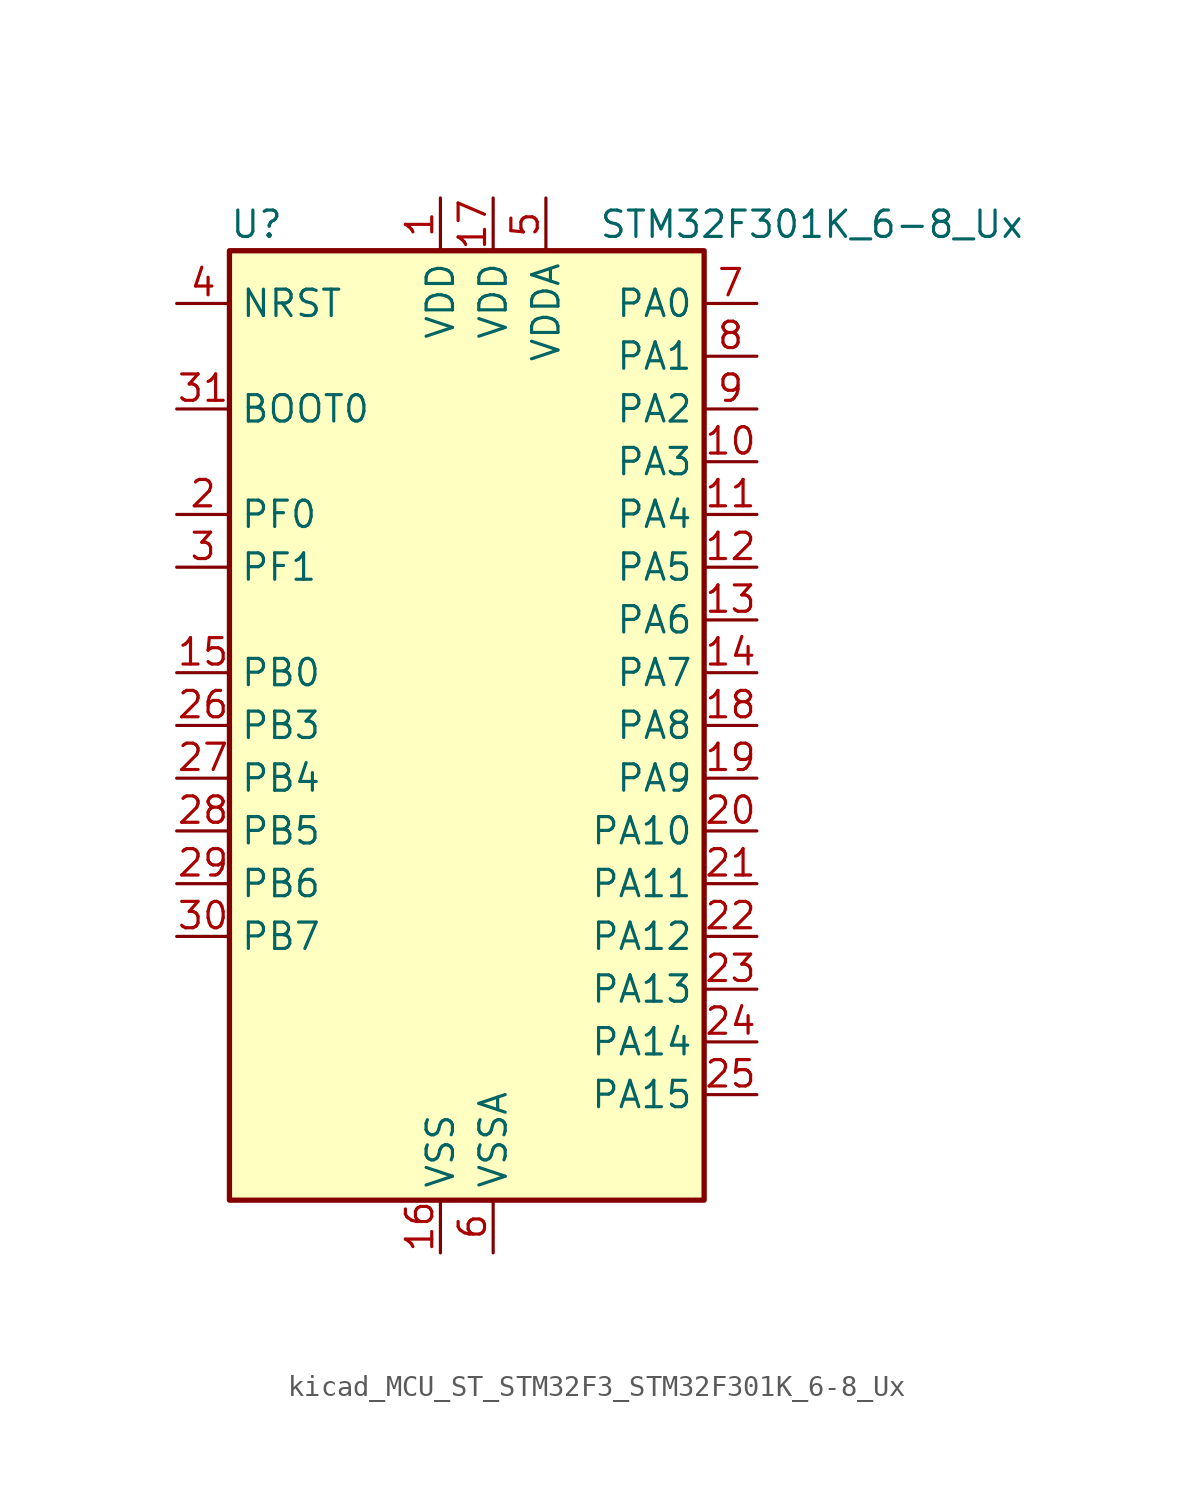
<source format=kicad_sym>
(kicad_symbol_lib
  (version 20220914)
  (generator kicad_symbol_editor)
  (symbol "kicad_MCU_ST_STM32F3_STM32F301K_6-8_Ux"
    (property "Reference" "U"
      (at -10.16 24.13 0)
      (effects (font (size 1.27 1.27)) (justify left)))
    (property "Value" "STM32F301K_6-8_Ux"
      (at 7.62 24.13 0)
      (effects (font (size 1.27 1.27)) (justify left)))
    (property "ki_locked" ""
      (at 0 0 0)
      (effects (font (size 1.27 1.27))))
    (symbol "kicad_MCU_ST_STM32F3_STM32F301K_6-8_Ux_0_1"
      (rectangle (start -10.16 -22.86) (end 12.7 22.86) (stroke (width 0.254) (type default)) (fill (type background))))
    (symbol "kicad_MCU_ST_STM32F3_STM32F301K_6-8_Ux_1_1"
      (pin power_in line (at 0 25.4 270) (length 2.54) (name "VDD" (effects (font (size 1.27 1.27)))) (number "1" (effects (font (size 1.27 1.27)))))
      (pin bidirectional line (at 15.24 12.7 180) (length 2.54) (name "PA3" (effects (font (size 1.27 1.27)))) (number "10" (effects (font (size 1.27 1.27)))) (alternate "ADC1_IN4" bidirectional line) (alternate "TIM15_CH2" bidirectional line) (alternate "TIM2_CH4" bidirectional line) (alternate "TSC_G1_IO4" bidirectional line) (alternate "USART2_RX" bidirectional line))
      (pin bidirectional line (at 15.24 10.16 180) (length 2.54) (name "PA4" (effects (font (size 1.27 1.27)))) (number "11" (effects (font (size 1.27 1.27)))) (alternate "ADC1_IN5" bidirectional line) (alternate "COMP2_INM" bidirectional line) (alternate "COMP4_INM" bidirectional line) (alternate "DAC_OUT1" bidirectional line) (alternate "I2S3_WS" bidirectional line) (alternate "SPI3_NSS" bidirectional line) (alternate "TSC_G2_IO1" bidirectional line) (alternate "USART2_CK" bidirectional line))
      (pin bidirectional line (at 15.24 7.62 180) (length 2.54) (name "PA5" (effects (font (size 1.27 1.27)))) (number "12" (effects (font (size 1.27 1.27)))) (alternate "OPAMP2_VINM" bidirectional line) (alternate "OPAMP2_VINM_SEC" bidirectional line) (alternate "TIM2_CH1" bidirectional line) (alternate "TIM2_ETR" bidirectional line) (alternate "TSC_G2_IO2" bidirectional line))
      (pin bidirectional line (at 15.24 5.08 180) (length 2.54) (name "PA6" (effects (font (size 1.27 1.27)))) (number "13" (effects (font (size 1.27 1.27)))) (alternate "ADC1_IN10" bidirectional line) (alternate "OPAMP2_VOUT" bidirectional line) (alternate "TIM16_CH1" bidirectional line) (alternate "TIM1_BKIN" bidirectional line) (alternate "TSC_G2_IO3" bidirectional line))
      (pin bidirectional line (at 15.24 2.54 180) (length 2.54) (name "PA7" (effects (font (size 1.27 1.27)))) (number "14" (effects (font (size 1.27 1.27)))) (alternate "ADC1_IN15" bidirectional line) (alternate "COMP2_INP" bidirectional line) (alternate "OPAMP2_VINP" bidirectional line) (alternate "OPAMP2_VINP_SEC" bidirectional line) (alternate "TIM17_CH1" bidirectional line) (alternate "TIM1_CH1N" bidirectional line) (alternate "TSC_G2_IO4" bidirectional line))
      (pin bidirectional line (at -12.7 2.54 0) (length 2.54) (name "PB0" (effects (font (size 1.27 1.27)))) (number "15" (effects (font (size 1.27 1.27)))) (alternate "ADC1_IN11" bidirectional line) (alternate "COMP4_INP" bidirectional line) (alternate "OPAMP2_VINP" bidirectional line) (alternate "OPAMP2_VINP_SEC" bidirectional line) (alternate "TIM1_CH2N" bidirectional line) (alternate "TSC_G3_IO2" bidirectional line))
      (pin power_in line (at 0 -25.4 90) (length 2.54) (name "VSS" (effects (font (size 1.27 1.27)))) (number "16" (effects (font (size 1.27 1.27)))))
      (pin power_in line (at 2.54 25.4 270) (length 2.54) (name "VDD" (effects (font (size 1.27 1.27)))) (number "17" (effects (font (size 1.27 1.27)))))
      (pin bidirectional line (at 15.24 0 180) (length 2.54) (name "PA8" (effects (font (size 1.27 1.27)))) (number "18" (effects (font (size 1.27 1.27)))) (alternate "I2C2_SMBA" bidirectional line) (alternate "I2C3_SCL" bidirectional line) (alternate "I2S2_MCK" bidirectional line) (alternate "RCC_MCO" bidirectional line) (alternate "TIM1_CH1" bidirectional line) (alternate "USART1_CK" bidirectional line))
      (pin bidirectional line (at 15.24 -2.54 180) (length 2.54) (name "PA9" (effects (font (size 1.27 1.27)))) (number "19" (effects (font (size 1.27 1.27)))) (alternate "DAC_EXTI9" bidirectional line) (alternate "I2C2_SCL" bidirectional line) (alternate "I2C3_SMBA" bidirectional line) (alternate "I2S3_MCK" bidirectional line) (alternate "TIM15_BKIN" bidirectional line) (alternate "TIM1_CH2" bidirectional line) (alternate "TIM2_CH3" bidirectional line) (alternate "TSC_G4_IO1" bidirectional line) (alternate "USART1_TX" bidirectional line))
      (pin bidirectional line (at -12.7 10.16 0) (length 2.54) (name "PF0" (effects (font (size 1.27 1.27)))) (number "2" (effects (font (size 1.27 1.27)))) (alternate "I2C2_SDA" bidirectional line) (alternate "I2S2_WS" bidirectional line) (alternate "RCC_OSC_IN" bidirectional line) (alternate "SPI2_NSS" bidirectional line) (alternate "TIM1_CH3N" bidirectional line))
      (pin bidirectional line (at 15.24 -5.08 180) (length 2.54) (name "PA10" (effects (font (size 1.27 1.27)))) (number "20" (effects (font (size 1.27 1.27)))) (alternate "I2C2_SDA" bidirectional line) (alternate "I2S2_ext_SD" bidirectional line) (alternate "SPI2_MISO" bidirectional line) (alternate "TIM17_BKIN" bidirectional line) (alternate "TIM1_CH3" bidirectional line) (alternate "TIM2_CH4" bidirectional line) (alternate "TSC_G4_IO2" bidirectional line) (alternate "USART1_RX" bidirectional line))
      (pin bidirectional line (at 15.24 -7.62 180) (length 2.54) (name "PA11" (effects (font (size 1.27 1.27)))) (number "21" (effects (font (size 1.27 1.27)))) (alternate "ADC1_EXTI11" bidirectional line) (alternate "I2S2_SD" bidirectional line) (alternate "SPI2_MOSI" bidirectional line) (alternate "TIM1_BKIN2" bidirectional line) (alternate "TIM1_CH1N" bidirectional line) (alternate "TIM1_CH4" bidirectional line) (alternate "USART1_CTS" bidirectional line))
      (pin bidirectional line (at 15.24 -10.16 180) (length 2.54) (name "PA12" (effects (font (size 1.27 1.27)))) (number "22" (effects (font (size 1.27 1.27)))) (alternate "COMP2_OUT" bidirectional line) (alternate "I2S_CKIN" bidirectional line) (alternate "TIM16_CH1" bidirectional line) (alternate "TIM1_CH2N" bidirectional line) (alternate "TIM1_ETR" bidirectional line) (alternate "USART1_DE" bidirectional line) (alternate "USART1_RTS" bidirectional line))
      (pin bidirectional line (at 15.24 -12.7 180) (length 2.54) (name "PA13" (effects (font (size 1.27 1.27)))) (number "23" (effects (font (size 1.27 1.27)))) (alternate "IR_OUT" bidirectional line) (alternate "SYS_JTMS-SWDIO" bidirectional line) (alternate "TIM16_CH1N" bidirectional line) (alternate "TSC_G4_IO3" bidirectional line))
      (pin bidirectional line (at 15.24 -15.24 180) (length 2.54) (name "PA14" (effects (font (size 1.27 1.27)))) (number "24" (effects (font (size 1.27 1.27)))) (alternate "I2C1_SDA" bidirectional line) (alternate "SYS_JTCK-SWCLK" bidirectional line) (alternate "TIM1_BKIN" bidirectional line) (alternate "TSC_G4_IO4" bidirectional line) (alternate "USART2_TX" bidirectional line))
      (pin bidirectional line (at 15.24 -17.78 180) (length 2.54) (name "PA15" (effects (font (size 1.27 1.27)))) (number "25" (effects (font (size 1.27 1.27)))) (alternate "ADC1_EXTI15" bidirectional line) (alternate "I2C1_SCL" bidirectional line) (alternate "I2S3_WS" bidirectional line) (alternate "SPI3_NSS" bidirectional line) (alternate "SYS_JTDI" bidirectional line) (alternate "TIM1_BKIN" bidirectional line) (alternate "TIM2_CH1" bidirectional line) (alternate "TIM2_ETR" bidirectional line) (alternate "TSC_SYNC" bidirectional line) (alternate "USART2_RX" bidirectional line))
      (pin bidirectional line (at -12.7 0 0) (length 2.54) (name "PB3" (effects (font (size 1.27 1.27)))) (number "26" (effects (font (size 1.27 1.27)))) (alternate "I2S3_CK" bidirectional line) (alternate "SPI3_SCK" bidirectional line) (alternate "SYS_JTDO-TRACESWO" bidirectional line) (alternate "TIM2_CH2" bidirectional line) (alternate "TSC_G5_IO1" bidirectional line) (alternate "USART2_TX" bidirectional line))
      (pin bidirectional line (at -12.7 -2.54 0) (length 2.54) (name "PB4" (effects (font (size 1.27 1.27)))) (number "27" (effects (font (size 1.27 1.27)))) (alternate "I2S3_ext_SD" bidirectional line) (alternate "SPI3_MISO" bidirectional line) (alternate "SYS_NJTRST" bidirectional line) (alternate "TIM16_CH1" bidirectional line) (alternate "TIM17_BKIN" bidirectional line) (alternate "TSC_G5_IO2" bidirectional line) (alternate "USART2_RX" bidirectional line))
      (pin bidirectional line (at -12.7 -5.08 0) (length 2.54) (name "PB5" (effects (font (size 1.27 1.27)))) (number "28" (effects (font (size 1.27 1.27)))) (alternate "I2C1_SMBA" bidirectional line) (alternate "I2C3_SDA" bidirectional line) (alternate "I2S3_SD" bidirectional line) (alternate "SPI3_MOSI" bidirectional line) (alternate "TIM16_BKIN" bidirectional line) (alternate "TIM17_CH1" bidirectional line) (alternate "USART2_CK" bidirectional line))
      (pin bidirectional line (at -12.7 -7.62 0) (length 2.54) (name "PB6" (effects (font (size 1.27 1.27)))) (number "29" (effects (font (size 1.27 1.27)))) (alternate "I2C1_SCL" bidirectional line) (alternate "TIM16_CH1N" bidirectional line) (alternate "TSC_G5_IO3" bidirectional line) (alternate "USART1_TX" bidirectional line))
      (pin bidirectional line (at -12.7 7.62 0) (length 2.54) (name "PF1" (effects (font (size 1.27 1.27)))) (number "3" (effects (font (size 1.27 1.27)))) (alternate "I2C2_SCL" bidirectional line) (alternate "I2S2_CK" bidirectional line) (alternate "RCC_OSC_OUT" bidirectional line) (alternate "SPI2_SCK" bidirectional line))
      (pin bidirectional line (at -12.7 -10.16 0) (length 2.54) (name "PB7" (effects (font (size 1.27 1.27)))) (number "30" (effects (font (size 1.27 1.27)))) (alternate "I2C1_SDA" bidirectional line) (alternate "TIM17_CH1N" bidirectional line) (alternate "TSC_G5_IO4" bidirectional line) (alternate "USART1_RX" bidirectional line))
      (pin input line (at -12.7 15.24 0) (length 2.54) (name "BOOT0" (effects (font (size 1.27 1.27)))) (number "31" (effects (font (size 1.27 1.27)))))
      (pin passive line (at 0 -25.4 90) (length 2.54) hide (name "VSS" (effects (font (size 1.27 1.27)))) (number "32" (effects (font (size 1.27 1.27)))))
      (pin passive line (at 0 -25.4 90) (length 2.54) hide (name "VSS" (effects (font (size 1.27 1.27)))) (number "33" (effects (font (size 1.27 1.27)))))
      (pin input line (at -12.7 20.32 0) (length 2.54) (name "NRST" (effects (font (size 1.27 1.27)))) (number "4" (effects (font (size 1.27 1.27)))))
      (pin power_in line (at 5.08 25.4 270) (length 2.54) (name "VDDA" (effects (font (size 1.27 1.27)))) (number "5" (effects (font (size 1.27 1.27)))))
      (pin power_in line (at 2.54 -25.4 90) (length 2.54) (name "VSSA" (effects (font (size 1.27 1.27)))) (number "6" (effects (font (size 1.27 1.27)))))
      (pin bidirectional line (at 15.24 20.32 180) (length 2.54) (name "PA0" (effects (font (size 1.27 1.27)))) (number "7" (effects (font (size 1.27 1.27)))) (alternate "ADC1_IN1" bidirectional line) (alternate "RTC_TAMP2" bidirectional line) (alternate "SYS_WKUP1" bidirectional line) (alternate "TIM2_CH1" bidirectional line) (alternate "TIM2_ETR" bidirectional line) (alternate "TSC_G1_IO1" bidirectional line) (alternate "USART2_CTS" bidirectional line))
      (pin bidirectional line (at 15.24 17.78 180) (length 2.54) (name "PA1" (effects (font (size 1.27 1.27)))) (number "8" (effects (font (size 1.27 1.27)))) (alternate "ADC1_IN2" bidirectional line) (alternate "RTC_REFIN" bidirectional line) (alternate "TIM15_CH1N" bidirectional line) (alternate "TIM2_CH2" bidirectional line) (alternate "TSC_G1_IO2" bidirectional line) (alternate "USART2_DE" bidirectional line) (alternate "USART2_RTS" bidirectional line))
      (pin bidirectional line (at 15.24 15.24 180) (length 2.54) (name "PA2" (effects (font (size 1.27 1.27)))) (number "9" (effects (font (size 1.27 1.27)))) (alternate "ADC1_IN3" bidirectional line) (alternate "COMP2_INM" bidirectional line) (alternate "COMP2_OUT" bidirectional line) (alternate "TIM15_CH1" bidirectional line) (alternate "TIM2_CH3" bidirectional line) (alternate "TSC_G1_IO3" bidirectional line) (alternate "USART2_TX" bidirectional line)))))
</source>
